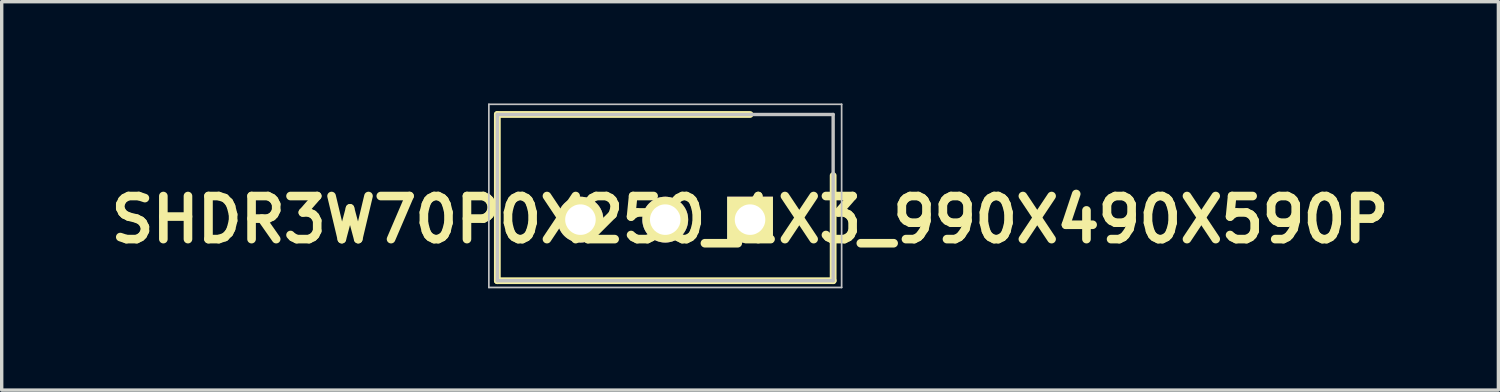
<source format=kicad_pcb>
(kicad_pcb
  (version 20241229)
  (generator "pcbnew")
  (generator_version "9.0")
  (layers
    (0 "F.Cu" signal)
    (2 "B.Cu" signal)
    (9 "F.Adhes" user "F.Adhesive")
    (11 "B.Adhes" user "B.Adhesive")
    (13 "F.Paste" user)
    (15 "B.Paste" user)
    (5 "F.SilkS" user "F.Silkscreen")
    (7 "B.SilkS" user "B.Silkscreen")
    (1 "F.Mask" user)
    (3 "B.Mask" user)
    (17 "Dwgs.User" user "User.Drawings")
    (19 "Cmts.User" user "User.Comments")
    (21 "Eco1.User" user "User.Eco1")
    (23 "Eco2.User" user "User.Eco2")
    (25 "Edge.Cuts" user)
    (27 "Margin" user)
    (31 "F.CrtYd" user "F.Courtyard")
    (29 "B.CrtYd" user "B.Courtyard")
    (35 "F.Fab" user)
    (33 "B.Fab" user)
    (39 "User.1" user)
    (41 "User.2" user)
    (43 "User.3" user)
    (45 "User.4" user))
  (footprint "SHDR3W70P0X250_1X3_990X490X590P"
    (layer "F.Cu")
    (at 19.062 3.425)
    (property "Reference" "SHDR3W70P0X250_1X3_990X490X590P" (at 0 0 0) (layer "F.SilkS") (effects (font (size 1.27 1.27) (thickness 0.254))))
    (attr through_hole)
    (fp_line (start -7.45 -3.1) (end -7.45 1.8) (stroke (width 0.2) (type solid)) (layer "F.SilkS"))
    (fp_line (start -7.45 1.8) (end 2.45 1.8) (stroke (width 0.2) (type solid)) (layer "F.SilkS"))
    (fp_line (start 0 -3.1) (end -7.45 -3.1) (stroke (width 0.2) (type solid)) (layer "F.SilkS"))
    (fp_line (start 2.45 1.8) (end 2.45 -1.3) (stroke (width 0.2) (type solid)) (layer "F.SilkS"))
    (fp_line (start -7.7 -3.4) (end -7.7 2) (stroke (width 0.05) (type solid)) (layer "Dwgs.User"))
    (fp_line (start -7.7 2) (end 2.7 2) (stroke (width 0.05) (type solid)) (layer "Dwgs.User"))
    (fp_line (start -7.45 -3.1) (end -7.45 1.8) (stroke (width 0.1) (type solid)) (layer "Dwgs.User"))
    (fp_line (start -7.45 1.8) (end 2.45 1.8) (stroke (width 0.1) (type solid)) (layer "Dwgs.User"))
    (fp_line (start 2.45 -3.1) (end -7.45 -3.1) (stroke (width 0.1) (type solid)) (layer "Dwgs.User"))
    (fp_line (start 2.45 1.8) (end 2.45 -3.1) (stroke (width 0.1) (type solid)) (layer "Dwgs.User"))
    (fp_line (start 2.7 -3.4) (end -7.7 -3.4) (stroke (width 0.05) (type solid)) (layer "Dwgs.User"))
    (fp_line (start 2.7 2) (end 2.7 -3.4) (stroke (width 0.05) (type solid)) (layer "Dwgs.User"))
    (pad "1" thru_hole rect (at 0 0 90) (size 1.35 1.35) (drill 0.9) (layers "*.Cu" "*.Mask" "F.SilkS"))
    (pad "2" thru_hole circle (at -2.5 0 90) (size 1.35 1.35) (drill 0.9) (layers "*.Cu" "*.Mask" "F.SilkS"))
    (pad "3" thru_hole circle (at -5 0 90) (size 1.35 1.35) (drill 0.9) (layers "*.Cu" "*.Mask" "F.SilkS")))
  (gr_rect
    (start -3 -3)
    (end 41.124 8.45)
    (stroke (width 0.1) (type default))
    (fill no)
    (layer "Edge.Cuts")))
</source>
